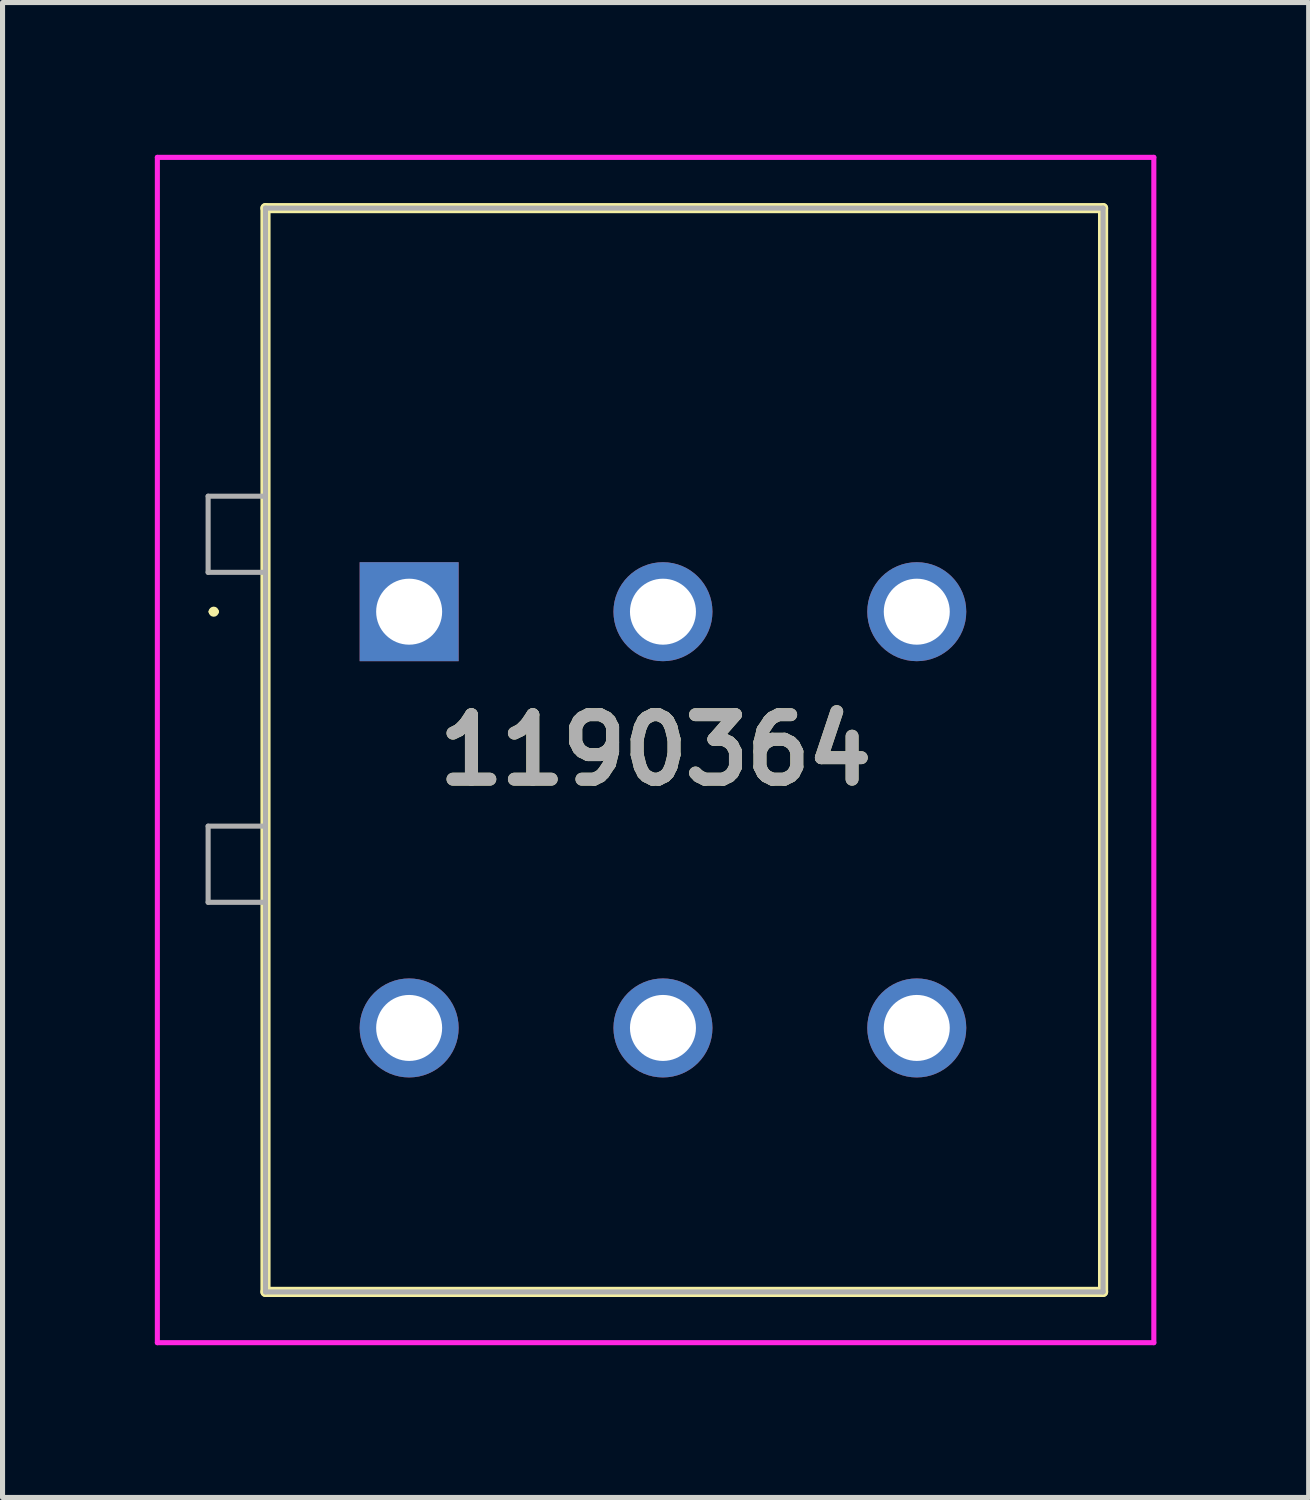
<source format=kicad_pcb>
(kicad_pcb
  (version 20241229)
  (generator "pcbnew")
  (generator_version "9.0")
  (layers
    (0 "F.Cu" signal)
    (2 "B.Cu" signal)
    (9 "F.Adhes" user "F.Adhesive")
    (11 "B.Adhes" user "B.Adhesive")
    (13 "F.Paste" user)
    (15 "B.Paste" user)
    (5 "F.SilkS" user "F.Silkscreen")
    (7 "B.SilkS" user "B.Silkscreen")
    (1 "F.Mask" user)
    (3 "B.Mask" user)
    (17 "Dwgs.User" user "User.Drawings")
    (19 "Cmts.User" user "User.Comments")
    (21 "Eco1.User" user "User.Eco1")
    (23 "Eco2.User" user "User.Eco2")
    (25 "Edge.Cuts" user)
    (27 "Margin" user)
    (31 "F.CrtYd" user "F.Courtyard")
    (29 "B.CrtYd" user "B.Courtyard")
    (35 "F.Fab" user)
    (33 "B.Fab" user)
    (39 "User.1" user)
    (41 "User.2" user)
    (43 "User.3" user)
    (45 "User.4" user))
  (footprint "1190364"
    (layer "F.Cu")
    (at 5.01 9)
    (property "Reference" "1190364" (at 4.855 2.725 0) (layer "F.SilkS") (effects (font (size 1.27 1.27) (thickness 0.254))))
    (attr through_hole)
    (fp_line (start -3.9 0) (end -3.9 0) (stroke (width 0.1) (type solid)) (layer "F.SilkS"))
    (fp_line (start -3.8 0) (end -3.8 0) (stroke (width 0.1) (type solid)) (layer "F.SilkS"))
    (fp_line (start -2.83 -7.95) (end 13.67 -7.95) (stroke (width 0.2) (type solid)) (layer "F.SilkS"))
    (fp_line (start -2.83 13.4) (end -2.83 -7.95) (stroke (width 0.2) (type solid)) (layer "F.SilkS"))
    (fp_line (start 13.67 -7.95) (end 13.67 13.4) (stroke (width 0.2) (type solid)) (layer "F.SilkS"))
    (fp_line (start 13.67 13.4) (end -2.83 13.4) (stroke (width 0.2) (type solid)) (layer "F.SilkS"))
    (fp_arc (start -3.9 0) (mid -3.85 -0.05) (end -3.8 0) (stroke (width 0.1) (type solid)) (layer "F.SilkS"))
    (fp_arc (start -3.8 0) (mid -3.85 0.05) (end -3.9 0) (stroke (width 0.1) (type solid)) (layer "F.SilkS"))
    (fp_line (start -4.96 -8.95) (end 14.67 -8.95) (stroke (width 0.1) (type solid)) (layer "F.CrtYd"))
    (fp_line (start -4.96 14.4) (end -4.96 -8.95) (stroke (width 0.1) (type solid)) (layer "F.CrtYd"))
    (fp_line (start 14.67 -8.95) (end 14.67 14.4) (stroke (width 0.1) (type solid)) (layer "F.CrtYd"))
    (fp_line (start 14.67 14.4) (end -4.96 14.4) (stroke (width 0.1) (type solid)) (layer "F.CrtYd"))
    (fp_line (start -3.96 -2.275) (end -3.96 -0.775) (stroke (width 0.1) (type solid)) (layer "F.Fab"))
    (fp_line (start -3.96 -0.775) (end -2.83 -0.775) (stroke (width 0.1) (type solid)) (layer "F.Fab"))
    (fp_line (start -3.96 4.225) (end -3.96 5.725) (stroke (width 0.1) (type solid)) (layer "F.Fab"))
    (fp_line (start -3.96 5.725) (end -2.83 5.725) (stroke (width 0.1) (type solid)) (layer "F.Fab"))
    (fp_line (start -2.83 -7.95) (end 13.67 -7.95) (stroke (width 0.1) (type solid)) (layer "F.Fab"))
    (fp_line (start -2.83 -2.275) (end -3.96 -2.275) (stroke (width 0.1) (type solid)) (layer "F.Fab"))
    (fp_line (start -2.83 4.225) (end -3.96 4.225) (stroke (width 0.1) (type solid)) (layer "F.Fab"))
    (fp_line (start -2.83 13.4) (end -2.83 -7.95) (stroke (width 0.1) (type solid)) (layer "F.Fab"))
    (fp_line (start 13.67 -7.95) (end 13.67 13.4) (stroke (width 0.1) (type solid)) (layer "F.Fab"))
    (fp_line (start 13.67 13.4) (end -2.83 13.4) (stroke (width 0.1) (type solid)) (layer "F.Fab"))
    (fp_text user "${REFERENCE}" (at 4.855 2.725 0) (layer "F.Fab") (effects (font (size 1.27 1.27) (thickness 0.254))))
    (pad "1" thru_hole rect (at 0 0) (size 1.95 1.95) (drill 1.3) (layers "*.Cu" "*.Mask"))
    (pad "2" thru_hole circle (at 5 0) (size 1.95 1.95) (drill 1.3) (layers "*.Cu" "*.Mask"))
    (pad "3" thru_hole circle (at 10 0) (size 1.95 1.95) (drill 1.3) (layers "*.Cu" "*.Mask"))
    (pad "4" thru_hole circle (at 0 8.2) (size 1.95 1.95) (drill 1.3) (layers "*.Cu" "*.Mask"))
    (pad "5" thru_hole circle (at 5 8.2) (size 1.95 1.95) (drill 1.3) (layers "*.Cu" "*.Mask"))
    (pad "6" thru_hole circle (at 10 8.2) (size 1.95 1.95) (drill 1.3) (layers "*.Cu" "*.Mask")))
  (gr_rect
    (start -3 -3)
    (end 22.73 26.45)
    (stroke (width 0.1) (type default))
    (fill no)
    (layer "Edge.Cuts")))
</source>
